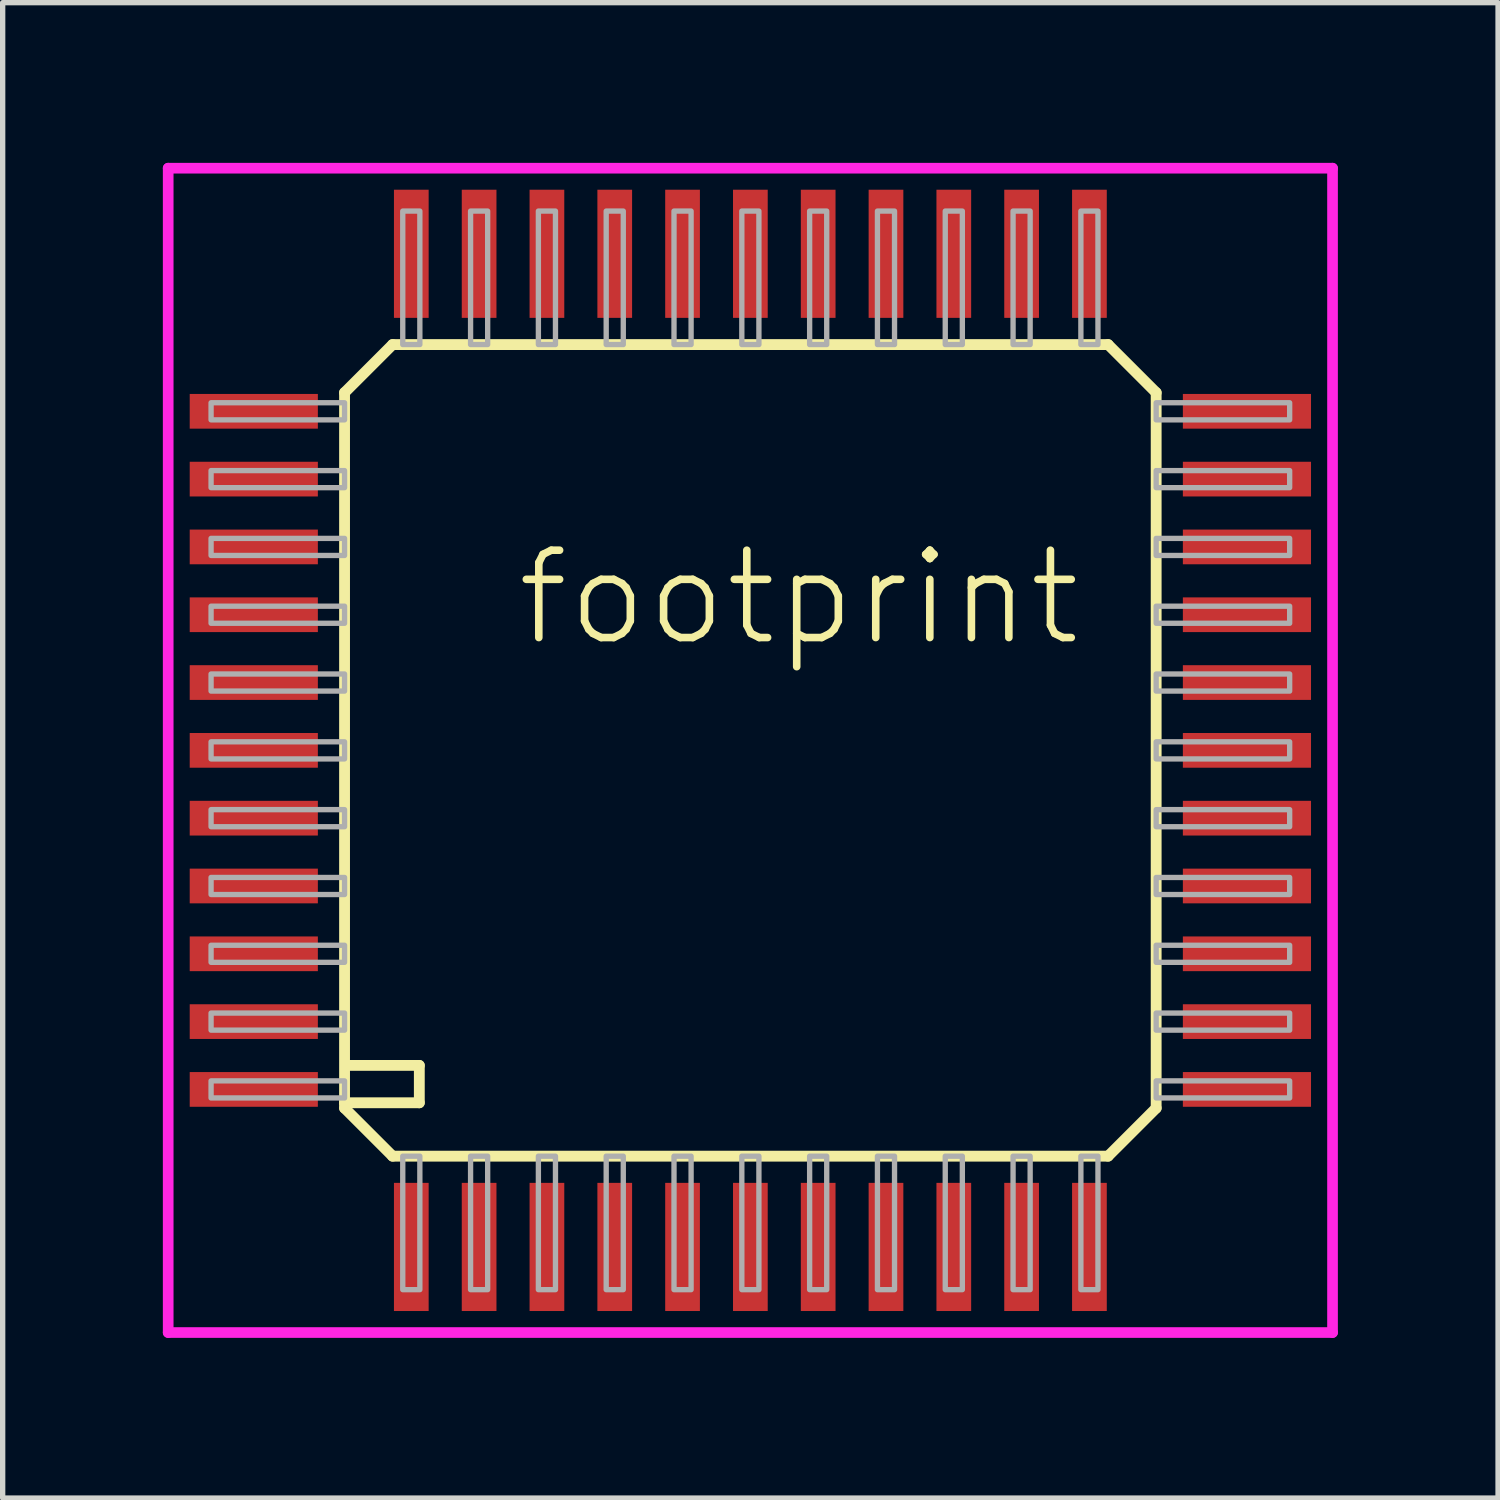
<source format=kicad_pcb>
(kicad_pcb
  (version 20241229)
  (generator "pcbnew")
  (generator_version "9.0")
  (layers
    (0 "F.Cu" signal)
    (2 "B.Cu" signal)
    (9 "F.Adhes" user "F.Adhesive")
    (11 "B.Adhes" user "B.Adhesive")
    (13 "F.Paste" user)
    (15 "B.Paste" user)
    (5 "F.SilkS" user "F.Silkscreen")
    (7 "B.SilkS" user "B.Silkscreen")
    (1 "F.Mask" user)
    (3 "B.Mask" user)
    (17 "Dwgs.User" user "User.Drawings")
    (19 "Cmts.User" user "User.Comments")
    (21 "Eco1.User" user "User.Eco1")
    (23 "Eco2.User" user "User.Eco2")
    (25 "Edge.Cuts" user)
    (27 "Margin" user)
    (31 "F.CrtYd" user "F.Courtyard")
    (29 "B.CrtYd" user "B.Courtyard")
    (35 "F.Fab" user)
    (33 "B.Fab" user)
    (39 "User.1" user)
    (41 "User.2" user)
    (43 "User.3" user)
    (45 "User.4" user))
  (footprint "footprint"
    (layer "F.Cu")
    (at 11.003 11.003)
    (property "Reference" "footprint" (at -4.445 -1.905 0) (layer "F.SilkS") (effects (font (size 1.636 1.636) (thickness 0.142)) (justify left bottom)))
    (fp_line (start -7.6 -6.7) (end -7.6 6.6) (stroke (width 0.203) (type solid)) (layer "F.SilkS"))
    (fp_line (start -7.6 -6.7) (end -6.7 -7.6) (stroke (width 0.203) (type solid)) (layer "F.SilkS"))
    (fp_line (start -7.6 6.6) (end -7.6 6.7) (stroke (width 0.203) (type solid)) (layer "F.SilkS"))
    (fp_line (start -7.6 6.6) (end -6.2 6.6) (stroke (width 0.203) (type solid)) (layer "F.SilkS"))
    (fp_line (start -7.6 6.7) (end -6.7 7.6) (stroke (width 0.203) (type solid)) (layer "F.SilkS"))
    (fp_line (start -6.7 7.6) (end 6.7 7.6) (stroke (width 0.203) (type solid)) (layer "F.SilkS"))
    (fp_line (start -6.2 5.9) (end -7.5 5.9) (stroke (width 0.203) (type solid)) (layer "F.SilkS"))
    (fp_line (start -6.2 6.6) (end -6.2 5.9) (stroke (width 0.203) (type solid)) (layer "F.SilkS"))
    (fp_line (start 6.7 -7.6) (end -6.7 -7.6) (stroke (width 0.203) (type solid)) (layer "F.SilkS"))
    (fp_line (start 6.7 -7.6) (end 7.6 -6.7) (stroke (width 0.203) (type solid)) (layer "F.SilkS"))
    (fp_line (start 6.7 7.6) (end 7.6 6.7) (stroke (width 0.203) (type solid)) (layer "F.SilkS"))
    (fp_line (start 7.6 6.7) (end 7.6 -6.7) (stroke (width 0.203) (type solid)) (layer "F.SilkS"))
    (fp_line (start -10.903 -10.903) (end 10.903 -10.903) (stroke (width 0.2) (type solid)) (layer "F.CrtYd"))
    (fp_line (start -10.903 10.903) (end -10.903 -10.903) (stroke (width 0.2) (type solid)) (layer "F.CrtYd"))
    (fp_line (start 10.903 -10.903) (end 10.903 10.903) (stroke (width 0.2) (type solid)) (layer "F.CrtYd"))
    (fp_line (start 10.903 10.903) (end -10.903 10.903) (stroke (width 0.2) (type solid)) (layer "F.CrtYd"))
    (fp_poly (pts (xy -10.1 -6.19) (xy -7.6 -6.19) (xy -7.6 -6.51) (xy -10.1 -6.51)) (stroke (width 0.1) (type solid)) (fill no) (layer "F.Fab"))
    (fp_poly (pts (xy -10.1 -4.92) (xy -7.6 -4.92) (xy -7.6 -5.24) (xy -10.1 -5.24)) (stroke (width 0.1) (type solid)) (fill no) (layer "F.Fab"))
    (fp_poly (pts (xy -10.1 -3.65) (xy -7.6 -3.65) (xy -7.6 -3.97) (xy -10.1 -3.97)) (stroke (width 0.1) (type solid)) (fill no) (layer "F.Fab"))
    (fp_poly (pts (xy -10.1 -2.38) (xy -7.6 -2.38) (xy -7.6 -2.7) (xy -10.1 -2.7)) (stroke (width 0.1) (type solid)) (fill no) (layer "F.Fab"))
    (fp_poly (pts (xy -10.1 -1.11) (xy -7.6 -1.11) (xy -7.6 -1.43) (xy -10.1 -1.43)) (stroke (width 0.1) (type solid)) (fill no) (layer "F.Fab"))
    (fp_poly (pts (xy -10.1 0.16) (xy -7.6 0.16) (xy -7.6 -0.16) (xy -10.1 -0.16)) (stroke (width 0.1) (type solid)) (fill no) (layer "F.Fab"))
    (fp_poly (pts (xy -10.1 1.43) (xy -7.6 1.43) (xy -7.6 1.11) (xy -10.1 1.11)) (stroke (width 0.1) (type solid)) (fill no) (layer "F.Fab"))
    (fp_poly (pts (xy -10.1 2.7) (xy -7.6 2.7) (xy -7.6 2.38) (xy -10.1 2.38)) (stroke (width 0.1) (type solid)) (fill no) (layer "F.Fab"))
    (fp_poly (pts (xy -10.1 3.97) (xy -7.6 3.97) (xy -7.6 3.65) (xy -10.1 3.65)) (stroke (width 0.1) (type solid)) (fill no) (layer "F.Fab"))
    (fp_poly (pts (xy -10.1 5.24) (xy -7.6 5.24) (xy -7.6 4.92) (xy -10.1 4.92)) (stroke (width 0.1) (type solid)) (fill no) (layer "F.Fab"))
    (fp_poly (pts (xy -10.1 6.51) (xy -7.6 6.51) (xy -7.6 6.19) (xy -10.1 6.19)) (stroke (width 0.1) (type solid)) (fill no) (layer "F.Fab"))
    (fp_poly (pts (xy -6.51 -7.6) (xy -6.19 -7.6) (xy -6.19 -10.1) (xy -6.51 -10.1)) (stroke (width 0.1) (type solid)) (fill no) (layer "F.Fab"))
    (fp_poly (pts (xy -6.51 10.1) (xy -6.19 10.1) (xy -6.19 7.6) (xy -6.51 7.6)) (stroke (width 0.1) (type solid)) (fill no) (layer "F.Fab"))
    (fp_poly (pts (xy -5.24 -7.6) (xy -4.92 -7.6) (xy -4.92 -10.1) (xy -5.24 -10.1)) (stroke (width 0.1) (type solid)) (fill no) (layer "F.Fab"))
    (fp_poly (pts (xy -5.24 10.1) (xy -4.92 10.1) (xy -4.92 7.6) (xy -5.24 7.6)) (stroke (width 0.1) (type solid)) (fill no) (layer "F.Fab"))
    (fp_poly (pts (xy -3.97 -7.6) (xy -3.65 -7.6) (xy -3.65 -10.1) (xy -3.97 -10.1)) (stroke (width 0.1) (type solid)) (fill no) (layer "F.Fab"))
    (fp_poly (pts (xy -3.97 10.1) (xy -3.65 10.1) (xy -3.65 7.6) (xy -3.97 7.6)) (stroke (width 0.1) (type solid)) (fill no) (layer "F.Fab"))
    (fp_poly (pts (xy -2.7 -7.6) (xy -2.38 -7.6) (xy -2.38 -10.1) (xy -2.7 -10.1)) (stroke (width 0.1) (type solid)) (fill no) (layer "F.Fab"))
    (fp_poly (pts (xy -2.7 10.1) (xy -2.38 10.1) (xy -2.38 7.6) (xy -2.7 7.6)) (stroke (width 0.1) (type solid)) (fill no) (layer "F.Fab"))
    (fp_poly (pts (xy -1.43 -7.6) (xy -1.11 -7.6) (xy -1.11 -10.1) (xy -1.43 -10.1)) (stroke (width 0.1) (type solid)) (fill no) (layer "F.Fab"))
    (fp_poly (pts (xy -1.43 10.1) (xy -1.11 10.1) (xy -1.11 7.6) (xy -1.43 7.6)) (stroke (width 0.1) (type solid)) (fill no) (layer "F.Fab"))
    (fp_poly (pts (xy -0.16 -7.6) (xy 0.16 -7.6) (xy 0.16 -10.1) (xy -0.16 -10.1)) (stroke (width 0.1) (type solid)) (fill no) (layer "F.Fab"))
    (fp_poly (pts (xy -0.16 10.1) (xy 0.16 10.1) (xy 0.16 7.6) (xy -0.16 7.6)) (stroke (width 0.1) (type solid)) (fill no) (layer "F.Fab"))
    (fp_poly (pts (xy 1.11 -7.6) (xy 1.43 -7.6) (xy 1.43 -10.1) (xy 1.11 -10.1)) (stroke (width 0.1) (type solid)) (fill no) (layer "F.Fab"))
    (fp_poly (pts (xy 1.11 10.1) (xy 1.43 10.1) (xy 1.43 7.6) (xy 1.11 7.6)) (stroke (width 0.1) (type solid)) (fill no) (layer "F.Fab"))
    (fp_poly (pts (xy 2.38 -7.6) (xy 2.7 -7.6) (xy 2.7 -10.1) (xy 2.38 -10.1)) (stroke (width 0.1) (type solid)) (fill no) (layer "F.Fab"))
    (fp_poly (pts (xy 2.38 10.1) (xy 2.7 10.1) (xy 2.7 7.6) (xy 2.38 7.6)) (stroke (width 0.1) (type solid)) (fill no) (layer "F.Fab"))
    (fp_poly (pts (xy 3.65 -7.6) (xy 3.97 -7.6) (xy 3.97 -10.1) (xy 3.65 -10.1)) (stroke (width 0.1) (type solid)) (fill no) (layer "F.Fab"))
    (fp_poly (pts (xy 3.65 10.1) (xy 3.97 10.1) (xy 3.97 7.6) (xy 3.65 7.6)) (stroke (width 0.1) (type solid)) (fill no) (layer "F.Fab"))
    (fp_poly (pts (xy 4.92 -7.6) (xy 5.24 -7.6) (xy 5.24 -10.1) (xy 4.92 -10.1)) (stroke (width 0.1) (type solid)) (fill no) (layer "F.Fab"))
    (fp_poly (pts (xy 4.92 10.1) (xy 5.24 10.1) (xy 5.24 7.6) (xy 4.92 7.6)) (stroke (width 0.1) (type solid)) (fill no) (layer "F.Fab"))
    (fp_poly (pts (xy 6.19 -7.6) (xy 6.51 -7.6) (xy 6.51 -10.1) (xy 6.19 -10.1)) (stroke (width 0.1) (type solid)) (fill no) (layer "F.Fab"))
    (fp_poly (pts (xy 6.19 10.1) (xy 6.51 10.1) (xy 6.51 7.6) (xy 6.19 7.6)) (stroke (width 0.1) (type solid)) (fill no) (layer "F.Fab"))
    (fp_poly (pts (xy 7.6 -6.19) (xy 10.1 -6.19) (xy 10.1 -6.51) (xy 7.6 -6.51)) (stroke (width 0.1) (type solid)) (fill no) (layer "F.Fab"))
    (fp_poly (pts (xy 7.6 -4.92) (xy 10.1 -4.92) (xy 10.1 -5.24) (xy 7.6 -5.24)) (stroke (width 0.1) (type solid)) (fill no) (layer "F.Fab"))
    (fp_poly (pts (xy 7.6 -3.65) (xy 10.1 -3.65) (xy 10.1 -3.97) (xy 7.6 -3.97)) (stroke (width 0.1) (type solid)) (fill no) (layer "F.Fab"))
    (fp_poly (pts (xy 7.6 -2.38) (xy 10.1 -2.38) (xy 10.1 -2.7) (xy 7.6 -2.7)) (stroke (width 0.1) (type solid)) (fill no) (layer "F.Fab"))
    (fp_poly (pts (xy 7.6 -1.11) (xy 10.1 -1.11) (xy 10.1 -1.43) (xy 7.6 -1.43)) (stroke (width 0.1) (type solid)) (fill no) (layer "F.Fab"))
    (fp_poly (pts (xy 7.6 0.16) (xy 10.1 0.16) (xy 10.1 -0.16) (xy 7.6 -0.16)) (stroke (width 0.1) (type solid)) (fill no) (layer "F.Fab"))
    (fp_poly (pts (xy 7.6 1.43) (xy 10.1 1.43) (xy 10.1 1.11) (xy 7.6 1.11)) (stroke (width 0.1) (type solid)) (fill no) (layer "F.Fab"))
    (fp_poly (pts (xy 7.6 2.7) (xy 10.1 2.7) (xy 10.1 2.38) (xy 7.6 2.38)) (stroke (width 0.1) (type solid)) (fill no) (layer "F.Fab"))
    (fp_poly (pts (xy 7.6 3.97) (xy 10.1 3.97) (xy 10.1 3.65) (xy 7.6 3.65)) (stroke (width 0.1) (type solid)) (fill no) (layer "F.Fab"))
    (fp_poly (pts (xy 7.6 5.24) (xy 10.1 5.24) (xy 10.1 4.92) (xy 7.6 4.92)) (stroke (width 0.1) (type solid)) (fill no) (layer "F.Fab"))
    (fp_poly (pts (xy 7.6 6.51) (xy 10.1 6.51) (xy 10.1 6.19) (xy 7.6 6.19)) (stroke (width 0.1) (type solid)) (fill no) (layer "F.Fab"))
    (pad "1" smd rect (at -6.35 9.3) (size 0.65 2.4) (layers "F.Cu" "F.Mask" "F.Paste"))
    (pad "2" smd rect (at -5.08 9.3) (size 0.65 2.4) (layers "F.Cu" "F.Mask" "F.Paste"))
    (pad "3" smd rect (at -3.81 9.3) (size 0.65 2.4) (layers "F.Cu" "F.Mask" "F.Paste"))
    (pad "4" smd rect (at -2.54 9.3) (size 0.65 2.4) (layers "F.Cu" "F.Mask" "F.Paste"))
    (pad "5" smd rect (at -1.27 9.3) (size 0.65 2.4) (layers "F.Cu" "F.Mask" "F.Paste"))
    (pad "6" smd rect (at 0 9.3) (size 0.65 2.4) (layers "F.Cu" "F.Mask" "F.Paste"))
    (pad "7" smd rect (at 1.27 9.3) (size 0.65 2.4) (layers "F.Cu" "F.Mask" "F.Paste"))
    (pad "8" smd rect (at 2.54 9.3) (size 0.65 2.4) (layers "F.Cu" "F.Mask" "F.Paste"))
    (pad "9" smd rect (at 3.81 9.3) (size 0.65 2.4) (layers "F.Cu" "F.Mask" "F.Paste"))
    (pad "10" smd rect (at 5.08 9.3) (size 0.65 2.4) (layers "F.Cu" "F.Mask" "F.Paste"))
    (pad "11" smd rect (at 6.35 9.3) (size 0.65 2.4) (layers "F.Cu" "F.Mask" "F.Paste"))
    (pad "12" smd rect (at 9.3 6.35) (size 2.4 0.65) (layers "F.Cu" "F.Mask" "F.Paste"))
    (pad "13" smd rect (at 9.3 5.08) (size 2.4 0.65) (layers "F.Cu" "F.Mask" "F.Paste"))
    (pad "14" smd rect (at 9.3 3.81) (size 2.4 0.65) (layers "F.Cu" "F.Mask" "F.Paste"))
    (pad "15" smd rect (at 9.3 2.54) (size 2.4 0.65) (layers "F.Cu" "F.Mask" "F.Paste"))
    (pad "16" smd rect (at 9.3 1.27) (size 2.4 0.65) (layers "F.Cu" "F.Mask" "F.Paste"))
    (pad "17" smd rect (at 9.3 0) (size 2.4 0.65) (layers "F.Cu" "F.Mask" "F.Paste"))
    (pad "18" smd rect (at 9.3 -1.27) (size 2.4 0.65) (layers "F.Cu" "F.Mask" "F.Paste"))
    (pad "19" smd rect (at 9.3 -2.54) (size 2.4 0.65) (layers "F.Cu" "F.Mask" "F.Paste"))
    (pad "20" smd rect (at 9.3 -3.81) (size 2.4 0.65) (layers "F.Cu" "F.Mask" "F.Paste"))
    (pad "21" smd rect (at 9.3 -5.08) (size 2.4 0.65) (layers "F.Cu" "F.Mask" "F.Paste"))
    (pad "22" smd rect (at 9.3 -6.35) (size 2.4 0.65) (layers "F.Cu" "F.Mask" "F.Paste"))
    (pad "23" smd rect (at 6.35 -9.3) (size 0.65 2.4) (layers "F.Cu" "F.Mask" "F.Paste"))
    (pad "24" smd rect (at 5.08 -9.3) (size 0.65 2.4) (layers "F.Cu" "F.Mask" "F.Paste"))
    (pad "25" smd rect (at 3.81 -9.3) (size 0.65 2.4) (layers "F.Cu" "F.Mask" "F.Paste"))
    (pad "26" smd rect (at 2.54 -9.3) (size 0.65 2.4) (layers "F.Cu" "F.Mask" "F.Paste"))
    (pad "27" smd rect (at 1.27 -9.3) (size 0.65 2.4) (layers "F.Cu" "F.Mask" "F.Paste"))
    (pad "28" smd rect (at 0 -9.3) (size 0.65 2.4) (layers "F.Cu" "F.Mask" "F.Paste"))
    (pad "29" smd rect (at -1.27 -9.3) (size 0.65 2.4) (layers "F.Cu" "F.Mask" "F.Paste"))
    (pad "30" smd rect (at -2.54 -9.3) (size 0.65 2.4) (layers "F.Cu" "F.Mask" "F.Paste"))
    (pad "31" smd rect (at -3.81 -9.3) (size 0.65 2.4) (layers "F.Cu" "F.Mask" "F.Paste"))
    (pad "32" smd rect (at -5.08 -9.3) (size 0.65 2.4) (layers "F.Cu" "F.Mask" "F.Paste"))
    (pad "33" smd rect (at -6.35 -9.3) (size 0.65 2.4) (layers "F.Cu" "F.Mask" "F.Paste"))
    (pad "34" smd rect (at -9.3 -6.35) (size 2.4 0.65) (layers "F.Cu" "F.Mask" "F.Paste"))
    (pad "35" smd rect (at -9.3 -5.08) (size 2.4 0.65) (layers "F.Cu" "F.Mask" "F.Paste"))
    (pad "36" smd rect (at -9.3 -3.81) (size 2.4 0.65) (layers "F.Cu" "F.Mask" "F.Paste"))
    (pad "37" smd rect (at -9.3 -2.54) (size 2.4 0.65) (layers "F.Cu" "F.Mask" "F.Paste"))
    (pad "38" smd rect (at -9.3 -1.27) (size 2.4 0.65) (layers "F.Cu" "F.Mask" "F.Paste"))
    (pad "39" smd rect (at -9.3 0) (size 2.4 0.65) (layers "F.Cu" "F.Mask" "F.Paste"))
    (pad "40" smd rect (at -9.3 1.27) (size 2.4 0.65) (layers "F.Cu" "F.Mask" "F.Paste"))
    (pad "41" smd rect (at -9.3 2.54) (size 2.4 0.65) (layers "F.Cu" "F.Mask" "F.Paste"))
    (pad "42" smd rect (at -9.3 3.81) (size 2.4 0.65) (layers "F.Cu" "F.Mask" "F.Paste"))
    (pad "43" smd rect (at -9.3 5.08) (size 2.4 0.65) (layers "F.Cu" "F.Mask" "F.Paste"))
    (pad "44" smd rect (at -9.3 6.35) (size 2.4 0.65) (layers "F.Cu" "F.Mask" "F.Paste")))
  (gr_rect
    (start -3 -3)
    (end 25.006 25.006)
    (stroke (width 0.1) (type default))
    (fill no)
    (layer "Edge.Cuts")))
</source>
